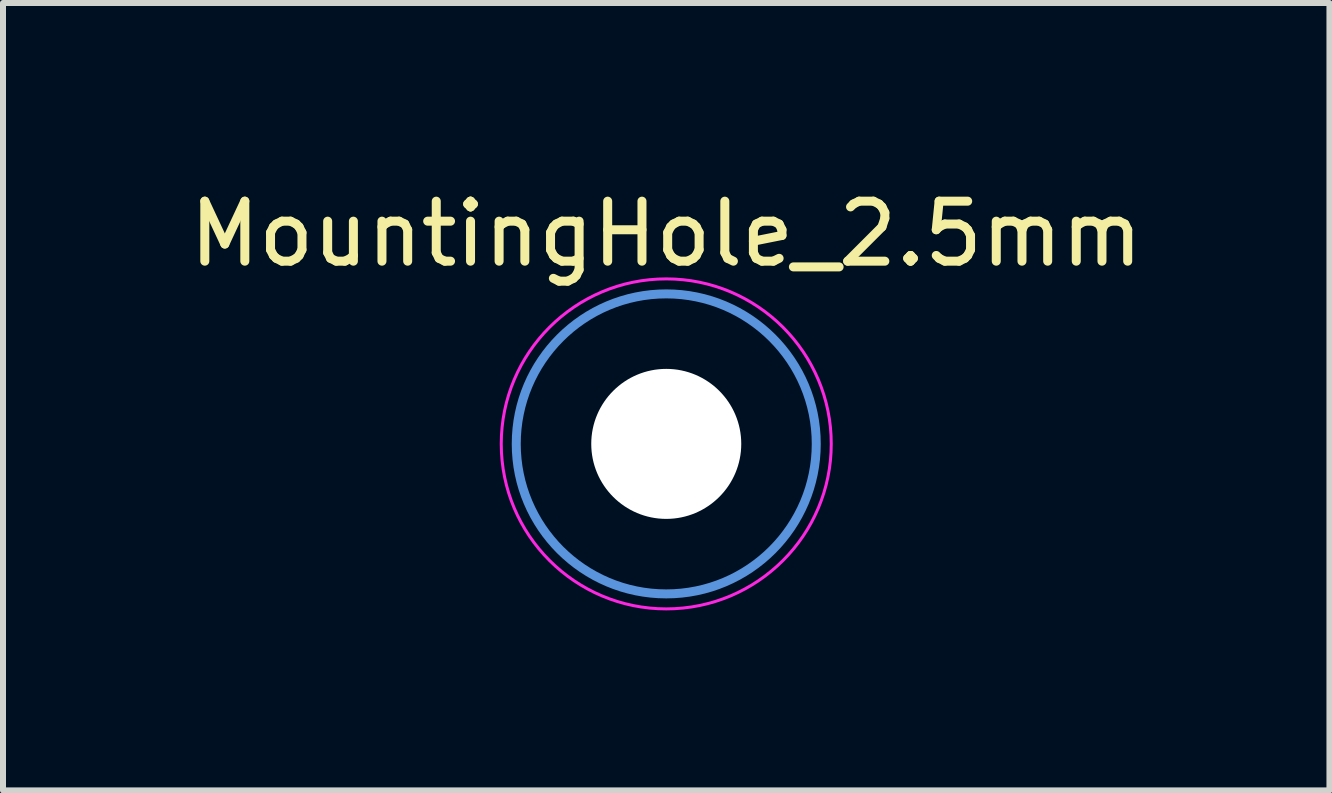
<source format=kicad_pcb>
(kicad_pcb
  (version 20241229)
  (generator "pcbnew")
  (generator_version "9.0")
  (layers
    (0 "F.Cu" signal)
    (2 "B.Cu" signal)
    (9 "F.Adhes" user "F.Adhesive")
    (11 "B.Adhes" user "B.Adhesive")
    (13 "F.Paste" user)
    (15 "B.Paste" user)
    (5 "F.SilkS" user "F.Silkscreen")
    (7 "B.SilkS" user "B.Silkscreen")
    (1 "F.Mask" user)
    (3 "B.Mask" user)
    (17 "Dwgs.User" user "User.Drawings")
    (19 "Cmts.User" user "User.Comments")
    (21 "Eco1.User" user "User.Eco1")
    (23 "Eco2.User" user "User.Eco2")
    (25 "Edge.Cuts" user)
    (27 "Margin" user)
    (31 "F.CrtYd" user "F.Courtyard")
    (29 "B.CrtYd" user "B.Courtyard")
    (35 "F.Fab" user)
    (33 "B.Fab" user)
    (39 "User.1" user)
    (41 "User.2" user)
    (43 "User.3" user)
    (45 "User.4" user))
  (footprint "MountingHole_2.5mm"
    (layer "F.Cu")
    (at 8.054 4.348)
    (property "Reference" "MountingHole_2.5mm" (at 0 -3.5 180) (layer "F.SilkS") (effects (font (size 1 1) (thickness 0.15))))
    (attr exclude_from_pos_files exclude_from_bom)
    (fp_circle (center 0 0) (end 2.5 0) (stroke (width 0.15) (type solid)) (fill no) (layer "Cmts.User"))
    (fp_circle (center 0 0) (end 2.75 0) (stroke (width 0.05) (type solid)) (fill no) (layer "F.CrtYd"))
    (pad "" np_thru_hole circle (at 0 0) (size 2.5 2.5) (drill 2.5) (layers "*.Cu" "*.Mask")))
  (gr_rect
    (start -3 -3)
    (end 19.107 10.123)
    (stroke (width 0.1) (type default))
    (fill no)
    (layer "Edge.Cuts")))
</source>
